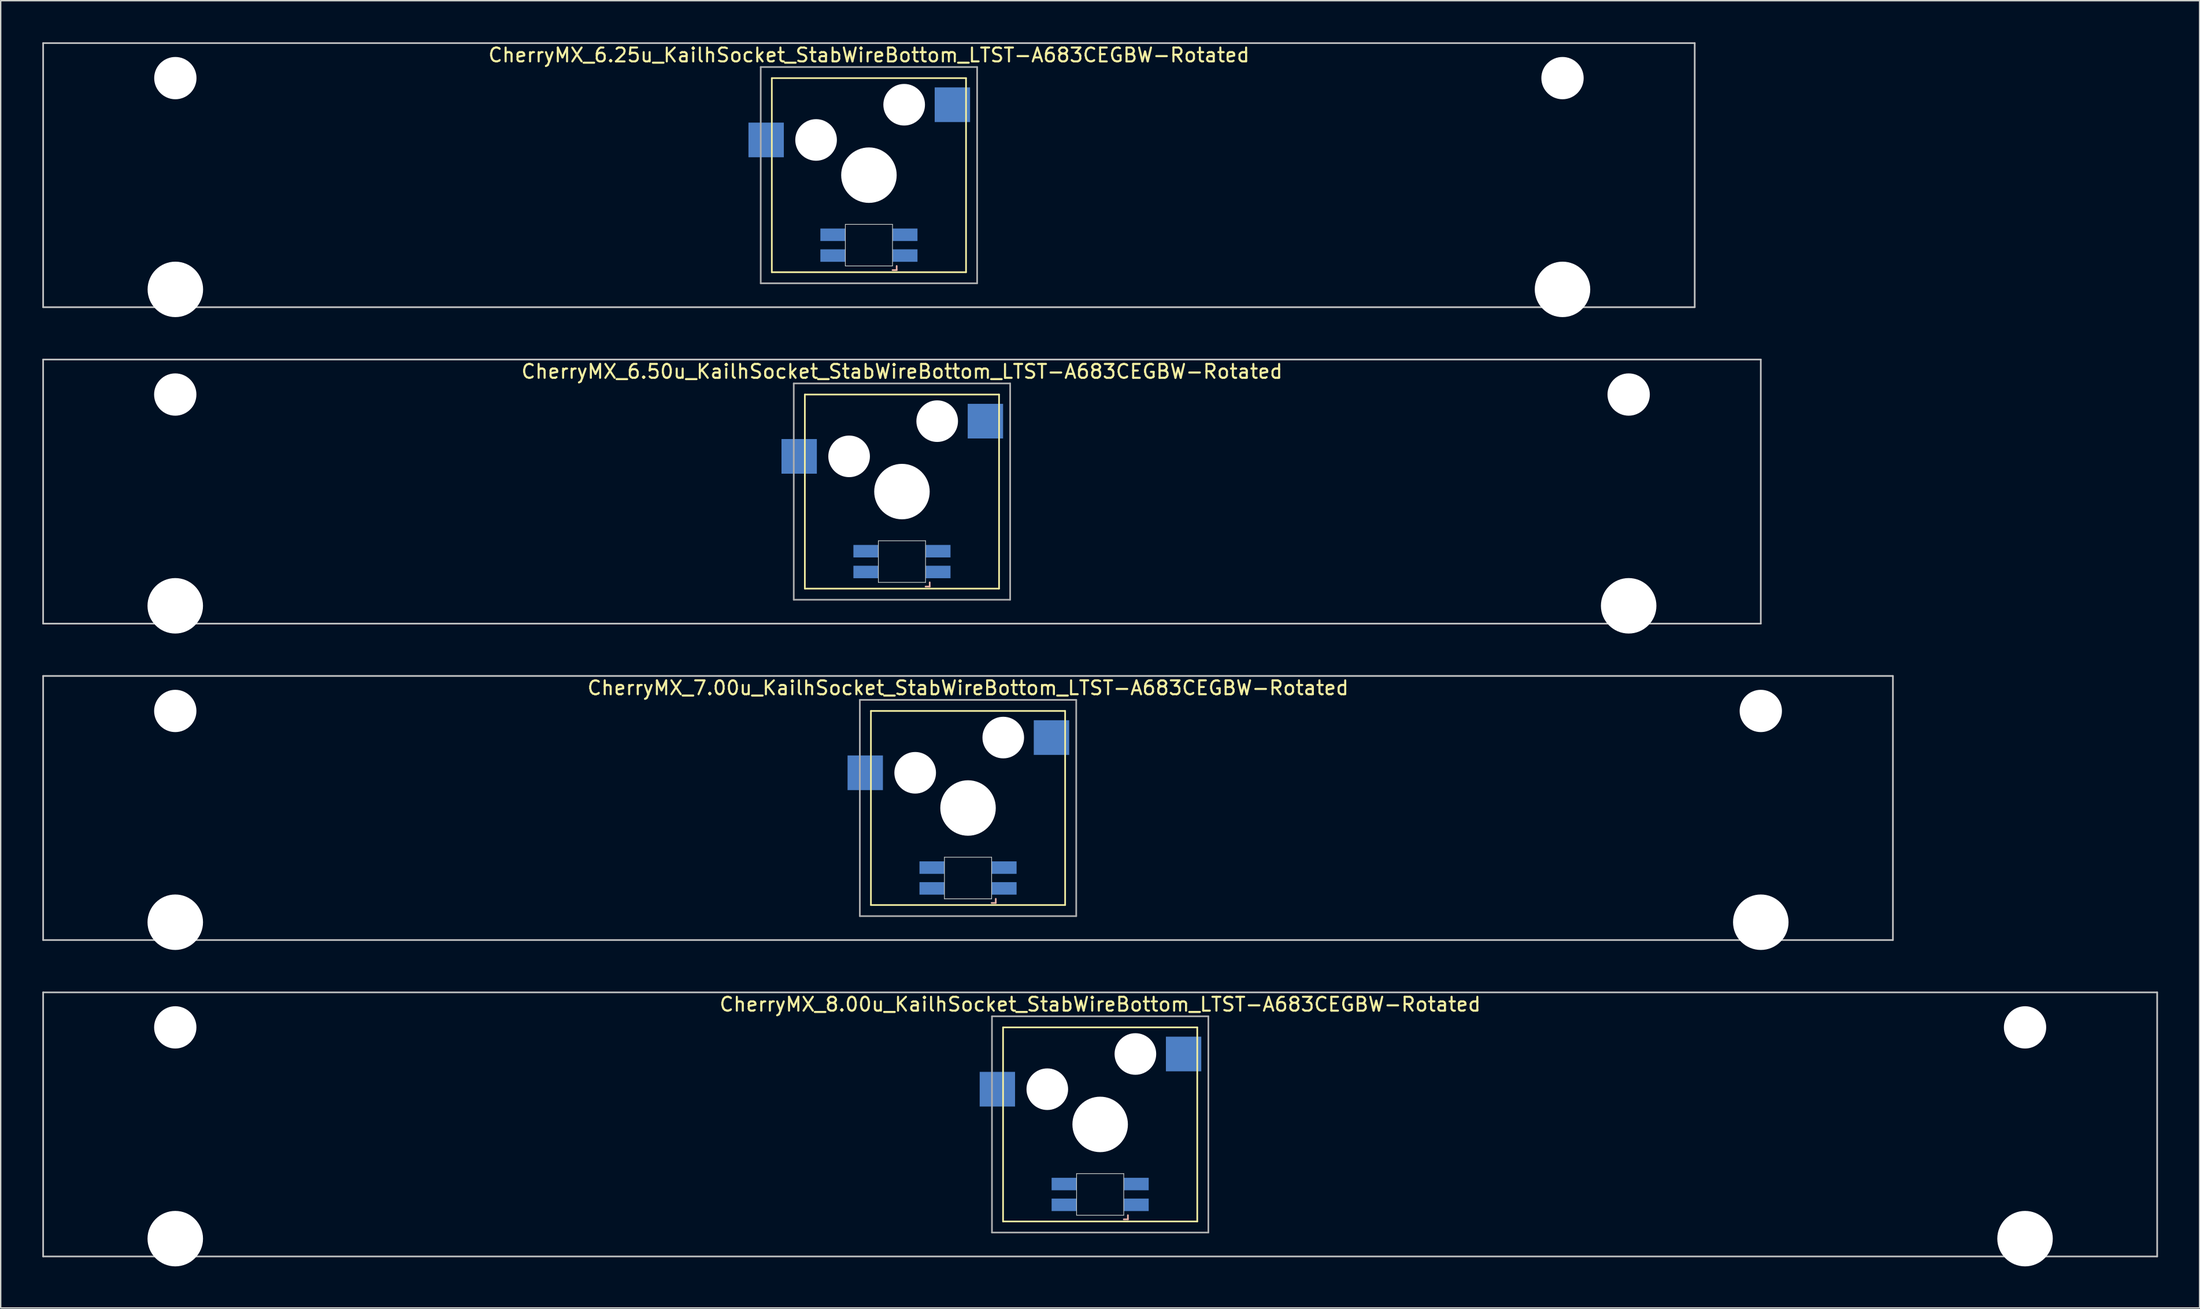
<source format=kicad_pcb>
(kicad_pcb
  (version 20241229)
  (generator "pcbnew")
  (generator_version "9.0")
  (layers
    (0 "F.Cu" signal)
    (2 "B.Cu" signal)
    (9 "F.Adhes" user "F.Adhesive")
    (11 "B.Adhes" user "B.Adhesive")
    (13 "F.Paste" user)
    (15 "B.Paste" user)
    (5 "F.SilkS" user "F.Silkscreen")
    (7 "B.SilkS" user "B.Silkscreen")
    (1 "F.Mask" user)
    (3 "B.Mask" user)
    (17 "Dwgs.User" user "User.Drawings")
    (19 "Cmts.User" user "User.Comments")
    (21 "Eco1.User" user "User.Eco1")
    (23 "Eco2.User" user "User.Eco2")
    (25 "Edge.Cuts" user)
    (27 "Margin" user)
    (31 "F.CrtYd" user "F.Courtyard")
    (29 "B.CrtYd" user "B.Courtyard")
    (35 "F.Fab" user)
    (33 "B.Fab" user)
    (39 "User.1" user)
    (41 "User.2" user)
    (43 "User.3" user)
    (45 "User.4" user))
  (footprint "CherryMX_6.25u_KailhSocket_StabWireBottom_LTST-A683CEGBW-Rotated"
    (layer "F.Cu")
    (at 59.591 9.585)
    (property "Reference" "CherryMX_6.25u_KailhSocket_StabWireBottom_LTST-A683CEGBW-Rotated" (at 0 -8.662 0) (layer "F.SilkS") (effects (font (size 1 1) (thickness 0.15))))
    (attr through_hole)
    (fp_line (start -7 -7) (end -7 7) (stroke (width 0.12) (type solid)) (layer "F.SilkS"))
    (fp_line (start -7 -7) (end 7 -7) (stroke (width 0.12) (type solid)) (layer "F.SilkS"))
    (fp_line (start 7 -7) (end 7 7) (stroke (width 0.12) (type solid)) (layer "F.SilkS"))
    (fp_line (start 7 7) (end -7 7) (stroke (width 0.12) (type solid)) (layer "F.SilkS"))
    (fp_line (start 1.7 6.85) (end 2 6.85) (stroke (width 0.12) (type solid)) (layer "B.SilkS"))
    (fp_line (start 2 6.85) (end 2 6.55) (stroke (width 0.12) (type solid)) (layer "B.SilkS"))
    (fp_line (start -59.531 -9.525) (end 59.531 -9.525) (stroke (width 0.12) (type solid)) (layer "Dwgs.User"))
    (fp_line (start -59.531 9.525) (end -59.531 -9.525) (stroke (width 0.12) (type solid)) (layer "Dwgs.User"))
    (fp_line (start 59.531 -9.525) (end 59.531 9.525) (stroke (width 0.12) (type solid)) (layer "Dwgs.User"))
    (fp_line (start 59.531 9.525) (end -59.531 9.525) (stroke (width 0.12) (type solid)) (layer "Dwgs.User"))
    (fp_line (start -1.7 3.55) (end 1.7 3.55) (stroke (width 0.05) (type solid)) (layer "Edge.Cuts"))
    (fp_line (start -1.7 6.55) (end -1.7 3.55) (stroke (width 0.05) (type solid)) (layer "Edge.Cuts"))
    (fp_line (start 1.7 3.55) (end 1.7 6.55) (stroke (width 0.05) (type solid)) (layer "Edge.Cuts"))
    (fp_line (start 1.7 6.55) (end -1.7 6.55) (stroke (width 0.05) (type solid)) (layer "Edge.Cuts"))
    (fp_line (start -7.8 -7.8) (end -7.8 7.8) (stroke (width 0.12) (type solid)) (layer "F.Fab"))
    (fp_line (start -7.8 -7.8) (end 7.8 -7.8) (stroke (width 0.12) (type solid)) (layer "F.Fab"))
    (fp_line (start -7.8 7.8) (end 7.8 7.8) (stroke (width 0.12) (type solid)) (layer "F.Fab"))
    (fp_line (start 7.8 -7.8) (end 7.8 7.8) (stroke (width 0.12) (type solid)) (layer "F.Fab"))
    (pad "" np_thru_hole circle (at -50 -7) (size 3.05 3.05) (drill 3.05) (layers "*.Cu" "*.Mask"))
    (pad "" np_thru_hole circle (at -50 8.24) (size 4 4) (drill 4) (layers "*.Cu" "*.Mask"))
    (pad "" np_thru_hole circle (at -3.81 -2.54) (size 3 3) (drill 3) (layers "*.Cu" "*.Mask"))
    (pad "" np_thru_hole circle (at 0 0) (size 4 4) (drill 4) (layers "*.Cu" "*.Mask"))
    (pad "" np_thru_hole circle (at 2.54 -5.08) (size 3 3) (drill 3) (layers "*.Cu" "*.Mask"))
    (pad "" np_thru_hole circle (at 50 -7) (size 3.05 3.05) (drill 3.05) (layers "*.Cu" "*.Mask"))
    (pad "" np_thru_hole circle (at 50 8.24) (size 4 4) (drill 4) (layers "*.Cu" "*.Mask"))
    (pad "1" smd rect (at -7.41 -2.54) (size 2.55 2.5) (layers "B.Cu" "B.Mask" "B.Paste"))
    (pad "2" smd rect (at 6.015 -5.08) (size 2.55 2.5) (layers "B.Cu" "B.Mask" "B.Paste"))
    (pad "3" smd rect (at 2.6 5.8) (size 1.8 0.9) (layers "B.Cu" "B.Mask" "B.Paste"))
    (pad "4" smd rect (at 2.6 4.3) (size 1.8 0.9) (layers "B.Cu" "B.Mask" "B.Paste"))
    (pad "5" smd rect (at -2.6 5.8) (size 1.8 0.9) (layers "B.Cu" "B.Mask" "B.Paste"))
    (pad "6" smd rect (at -2.6 4.3) (size 1.8 0.9) (layers "B.Cu" "B.Mask" "B.Paste")))
  (footprint "CherryMX_7.00u_KailhSocket_StabWireBottom_LTST-A683CEGBW-Rotated"
    (layer "F.Cu")
    (at 66.735 55.235)
    (property "Reference" "CherryMX_7.00u_KailhSocket_StabWireBottom_LTST-A683CEGBW-Rotated" (at 0 -8.662 0) (layer "F.SilkS") (effects (font (size 1 1) (thickness 0.15))))
    (attr through_hole)
    (fp_line (start -7 -7) (end -7 7) (stroke (width 0.12) (type solid)) (layer "F.SilkS"))
    (fp_line (start -7 -7) (end 7 -7) (stroke (width 0.12) (type solid)) (layer "F.SilkS"))
    (fp_line (start 7 -7) (end 7 7) (stroke (width 0.12) (type solid)) (layer "F.SilkS"))
    (fp_line (start 7 7) (end -7 7) (stroke (width 0.12) (type solid)) (layer "F.SilkS"))
    (fp_line (start 1.7 6.85) (end 2 6.85) (stroke (width 0.12) (type solid)) (layer "B.SilkS"))
    (fp_line (start 2 6.85) (end 2 6.55) (stroke (width 0.12) (type solid)) (layer "B.SilkS"))
    (fp_line (start -66.675 -9.525) (end 66.675 -9.525) (stroke (width 0.12) (type solid)) (layer "Dwgs.User"))
    (fp_line (start -66.675 9.525) (end -66.675 -9.525) (stroke (width 0.12) (type solid)) (layer "Dwgs.User"))
    (fp_line (start 66.675 -9.525) (end 66.675 9.525) (stroke (width 0.12) (type solid)) (layer "Dwgs.User"))
    (fp_line (start 66.675 9.525) (end -66.675 9.525) (stroke (width 0.12) (type solid)) (layer "Dwgs.User"))
    (fp_line (start -1.7 3.55) (end 1.7 3.55) (stroke (width 0.05) (type solid)) (layer "Edge.Cuts"))
    (fp_line (start -1.7 6.55) (end -1.7 3.55) (stroke (width 0.05) (type solid)) (layer "Edge.Cuts"))
    (fp_line (start 1.7 3.55) (end 1.7 6.55) (stroke (width 0.05) (type solid)) (layer "Edge.Cuts"))
    (fp_line (start 1.7 6.55) (end -1.7 6.55) (stroke (width 0.05) (type solid)) (layer "Edge.Cuts"))
    (fp_line (start -7.8 -7.8) (end -7.8 7.8) (stroke (width 0.12) (type solid)) (layer "F.Fab"))
    (fp_line (start -7.8 -7.8) (end 7.8 -7.8) (stroke (width 0.12) (type solid)) (layer "F.Fab"))
    (fp_line (start -7.8 7.8) (end 7.8 7.8) (stroke (width 0.12) (type solid)) (layer "F.Fab"))
    (fp_line (start 7.8 -7.8) (end 7.8 7.8) (stroke (width 0.12) (type solid)) (layer "F.Fab"))
    (pad "" np_thru_hole circle (at -57.15 -7) (size 3.05 3.05) (drill 3.05) (layers "*.Cu" "*.Mask"))
    (pad "" np_thru_hole circle (at -57.15 8.24) (size 4 4) (drill 4) (layers "*.Cu" "*.Mask"))
    (pad "" np_thru_hole circle (at -3.81 -2.54) (size 3 3) (drill 3) (layers "*.Cu" "*.Mask"))
    (pad "" np_thru_hole circle (at 0 0) (size 4 4) (drill 4) (layers "*.Cu" "*.Mask"))
    (pad "" np_thru_hole circle (at 2.54 -5.08) (size 3 3) (drill 3) (layers "*.Cu" "*.Mask"))
    (pad "" np_thru_hole circle (at 57.15 -7) (size 3.05 3.05) (drill 3.05) (layers "*.Cu" "*.Mask"))
    (pad "" np_thru_hole circle (at 57.15 8.24) (size 4 4) (drill 4) (layers "*.Cu" "*.Mask"))
    (pad "1" smd rect (at -7.41 -2.54) (size 2.55 2.5) (layers "B.Cu" "B.Mask" "B.Paste"))
    (pad "2" smd rect (at 6.015 -5.08) (size 2.55 2.5) (layers "B.Cu" "B.Mask" "B.Paste"))
    (pad "3" smd rect (at 2.6 5.8) (size 1.8 0.9) (layers "B.Cu" "B.Mask" "B.Paste"))
    (pad "4" smd rect (at 2.6 4.3) (size 1.8 0.9) (layers "B.Cu" "B.Mask" "B.Paste"))
    (pad "5" smd rect (at -2.6 5.8) (size 1.8 0.9) (layers "B.Cu" "B.Mask" "B.Paste"))
    (pad "6" smd rect (at -2.6 4.3) (size 1.8 0.9) (layers "B.Cu" "B.Mask" "B.Paste")))
  (footprint "CherryMX_6.50u_KailhSocket_StabWireBottom_LTST-A683CEGBW-Rotated"
    (layer "F.Cu")
    (at 61.972 32.41)
    (property "Reference" "CherryMX_6.50u_KailhSocket_StabWireBottom_LTST-A683CEGBW-Rotated" (at 0 -8.662 0) (layer "F.SilkS") (effects (font (size 1 1) (thickness 0.15))))
    (attr through_hole)
    (fp_line (start -7 -7) (end -7 7) (stroke (width 0.12) (type solid)) (layer "F.SilkS"))
    (fp_line (start -7 -7) (end 7 -7) (stroke (width 0.12) (type solid)) (layer "F.SilkS"))
    (fp_line (start 7 -7) (end 7 7) (stroke (width 0.12) (type solid)) (layer "F.SilkS"))
    (fp_line (start 7 7) (end -7 7) (stroke (width 0.12) (type solid)) (layer "F.SilkS"))
    (fp_line (start 1.7 6.85) (end 2 6.85) (stroke (width 0.12) (type solid)) (layer "B.SilkS"))
    (fp_line (start 2 6.85) (end 2 6.55) (stroke (width 0.12) (type solid)) (layer "B.SilkS"))
    (fp_line (start -61.913 -9.525) (end 61.913 -9.525) (stroke (width 0.12) (type solid)) (layer "Dwgs.User"))
    (fp_line (start -61.913 9.525) (end -61.913 -9.525) (stroke (width 0.12) (type solid)) (layer "Dwgs.User"))
    (fp_line (start 61.913 -9.525) (end 61.913 9.525) (stroke (width 0.12) (type solid)) (layer "Dwgs.User"))
    (fp_line (start 61.913 9.525) (end -61.913 9.525) (stroke (width 0.12) (type solid)) (layer "Dwgs.User"))
    (fp_line (start -1.7 3.55) (end 1.7 3.55) (stroke (width 0.05) (type solid)) (layer "Edge.Cuts"))
    (fp_line (start -1.7 6.55) (end -1.7 3.55) (stroke (width 0.05) (type solid)) (layer "Edge.Cuts"))
    (fp_line (start 1.7 3.55) (end 1.7 6.55) (stroke (width 0.05) (type solid)) (layer "Edge.Cuts"))
    (fp_line (start 1.7 6.55) (end -1.7 6.55) (stroke (width 0.05) (type solid)) (layer "Edge.Cuts"))
    (fp_line (start -7.8 -7.8) (end -7.8 7.8) (stroke (width 0.12) (type solid)) (layer "F.Fab"))
    (fp_line (start -7.8 -7.8) (end 7.8 -7.8) (stroke (width 0.12) (type solid)) (layer "F.Fab"))
    (fp_line (start -7.8 7.8) (end 7.8 7.8) (stroke (width 0.12) (type solid)) (layer "F.Fab"))
    (fp_line (start 7.8 -7.8) (end 7.8 7.8) (stroke (width 0.12) (type solid)) (layer "F.Fab"))
    (pad "" np_thru_hole circle (at -52.388 -7) (size 3.05 3.05) (drill 3.05) (layers "*.Cu" "*.Mask"))
    (pad "" np_thru_hole circle (at -52.388 8.24) (size 4 4) (drill 4) (layers "*.Cu" "*.Mask"))
    (pad "" np_thru_hole circle (at -3.81 -2.54) (size 3 3) (drill 3) (layers "*.Cu" "*.Mask"))
    (pad "" np_thru_hole circle (at 0 0) (size 4 4) (drill 4) (layers "*.Cu" "*.Mask"))
    (pad "" np_thru_hole circle (at 2.54 -5.08) (size 3 3) (drill 3) (layers "*.Cu" "*.Mask"))
    (pad "" np_thru_hole circle (at 52.388 -7) (size 3.05 3.05) (drill 3.05) (layers "*.Cu" "*.Mask"))
    (pad "" np_thru_hole circle (at 52.388 8.24) (size 4 4) (drill 4) (layers "*.Cu" "*.Mask"))
    (pad "1" smd rect (at -7.41 -2.54) (size 2.55 2.5) (layers "B.Cu" "B.Mask" "B.Paste"))
    (pad "2" smd rect (at 6.015 -5.08) (size 2.55 2.5) (layers "B.Cu" "B.Mask" "B.Paste"))
    (pad "3" smd rect (at 2.6 5.8) (size 1.8 0.9) (layers "B.Cu" "B.Mask" "B.Paste"))
    (pad "4" smd rect (at 2.6 4.3) (size 1.8 0.9) (layers "B.Cu" "B.Mask" "B.Paste"))
    (pad "5" smd rect (at -2.6 5.8) (size 1.8 0.9) (layers "B.Cu" "B.Mask" "B.Paste"))
    (pad "6" smd rect (at -2.6 4.3) (size 1.8 0.9) (layers "B.Cu" "B.Mask" "B.Paste")))
  (footprint "CherryMX_8.00u_KailhSocket_StabWireBottom_LTST-A683CEGBW-Rotated"
    (layer "F.Cu")
    (at 76.26 78.06)
    (property "Reference" "CherryMX_8.00u_KailhSocket_StabWireBottom_LTST-A683CEGBW-Rotated" (at 0 -8.662 0) (layer "F.SilkS") (effects (font (size 1 1) (thickness 0.15))))
    (attr through_hole)
    (fp_line (start -7 -7) (end -7 7) (stroke (width 0.12) (type solid)) (layer "F.SilkS"))
    (fp_line (start -7 -7) (end 7 -7) (stroke (width 0.12) (type solid)) (layer "F.SilkS"))
    (fp_line (start 7 -7) (end 7 7) (stroke (width 0.12) (type solid)) (layer "F.SilkS"))
    (fp_line (start 7 7) (end -7 7) (stroke (width 0.12) (type solid)) (layer "F.SilkS"))
    (fp_line (start 1.7 6.85) (end 2 6.85) (stroke (width 0.12) (type solid)) (layer "B.SilkS"))
    (fp_line (start 2 6.85) (end 2 6.55) (stroke (width 0.12) (type solid)) (layer "B.SilkS"))
    (fp_line (start -76.2 -9.525) (end 76.2 -9.525) (stroke (width 0.12) (type solid)) (layer "Dwgs.User"))
    (fp_line (start -76.2 9.525) (end -76.2 -9.525) (stroke (width 0.12) (type solid)) (layer "Dwgs.User"))
    (fp_line (start 76.2 -9.525) (end 76.2 9.525) (stroke (width 0.12) (type solid)) (layer "Dwgs.User"))
    (fp_line (start 76.2 9.525) (end -76.2 9.525) (stroke (width 0.12) (type solid)) (layer "Dwgs.User"))
    (fp_line (start -1.7 3.55) (end 1.7 3.55) (stroke (width 0.05) (type solid)) (layer "Edge.Cuts"))
    (fp_line (start -1.7 6.55) (end -1.7 3.55) (stroke (width 0.05) (type solid)) (layer "Edge.Cuts"))
    (fp_line (start 1.7 3.55) (end 1.7 6.55) (stroke (width 0.05) (type solid)) (layer "Edge.Cuts"))
    (fp_line (start 1.7 6.55) (end -1.7 6.55) (stroke (width 0.05) (type solid)) (layer "Edge.Cuts"))
    (fp_line (start -7.8 -7.8) (end -7.8 7.8) (stroke (width 0.12) (type solid)) (layer "F.Fab"))
    (fp_line (start -7.8 -7.8) (end 7.8 -7.8) (stroke (width 0.12) (type solid)) (layer "F.Fab"))
    (fp_line (start -7.8 7.8) (end 7.8 7.8) (stroke (width 0.12) (type solid)) (layer "F.Fab"))
    (fp_line (start 7.8 -7.8) (end 7.8 7.8) (stroke (width 0.12) (type solid)) (layer "F.Fab"))
    (pad "" np_thru_hole circle (at -66.675 -7) (size 3.05 3.05) (drill 3.05) (layers "*.Cu" "*.Mask"))
    (pad "" np_thru_hole circle (at -66.675 8.24) (size 4 4) (drill 4) (layers "*.Cu" "*.Mask"))
    (pad "" np_thru_hole circle (at -3.81 -2.54) (size 3 3) (drill 3) (layers "*.Cu" "*.Mask"))
    (pad "" np_thru_hole circle (at 0 0) (size 4 4) (drill 4) (layers "*.Cu" "*.Mask"))
    (pad "" np_thru_hole circle (at 2.54 -5.08) (size 3 3) (drill 3) (layers "*.Cu" "*.Mask"))
    (pad "" np_thru_hole circle (at 66.675 -7) (size 3.05 3.05) (drill 3.05) (layers "*.Cu" "*.Mask"))
    (pad "" np_thru_hole circle (at 66.675 8.24) (size 4 4) (drill 4) (layers "*.Cu" "*.Mask"))
    (pad "1" smd rect (at -7.41 -2.54) (size 2.55 2.5) (layers "B.Cu" "B.Mask" "B.Paste"))
    (pad "2" smd rect (at 6.015 -5.08) (size 2.55 2.5) (layers "B.Cu" "B.Mask" "B.Paste"))
    (pad "3" smd rect (at 2.6 5.8) (size 1.8 0.9) (layers "B.Cu" "B.Mask" "B.Paste"))
    (pad "4" smd rect (at 2.6 4.3) (size 1.8 0.9) (layers "B.Cu" "B.Mask" "B.Paste"))
    (pad "5" smd rect (at -2.6 5.8) (size 1.8 0.9) (layers "B.Cu" "B.Mask" "B.Paste"))
    (pad "6" smd rect (at -2.6 4.3) (size 1.8 0.9) (layers "B.Cu" "B.Mask" "B.Paste")))
  (gr_rect
    (start -3 -3)
    (end 155.52 91.3)
    (stroke (width 0.1) (type default))
    (fill no)
    (layer "Edge.Cuts")))
</source>
